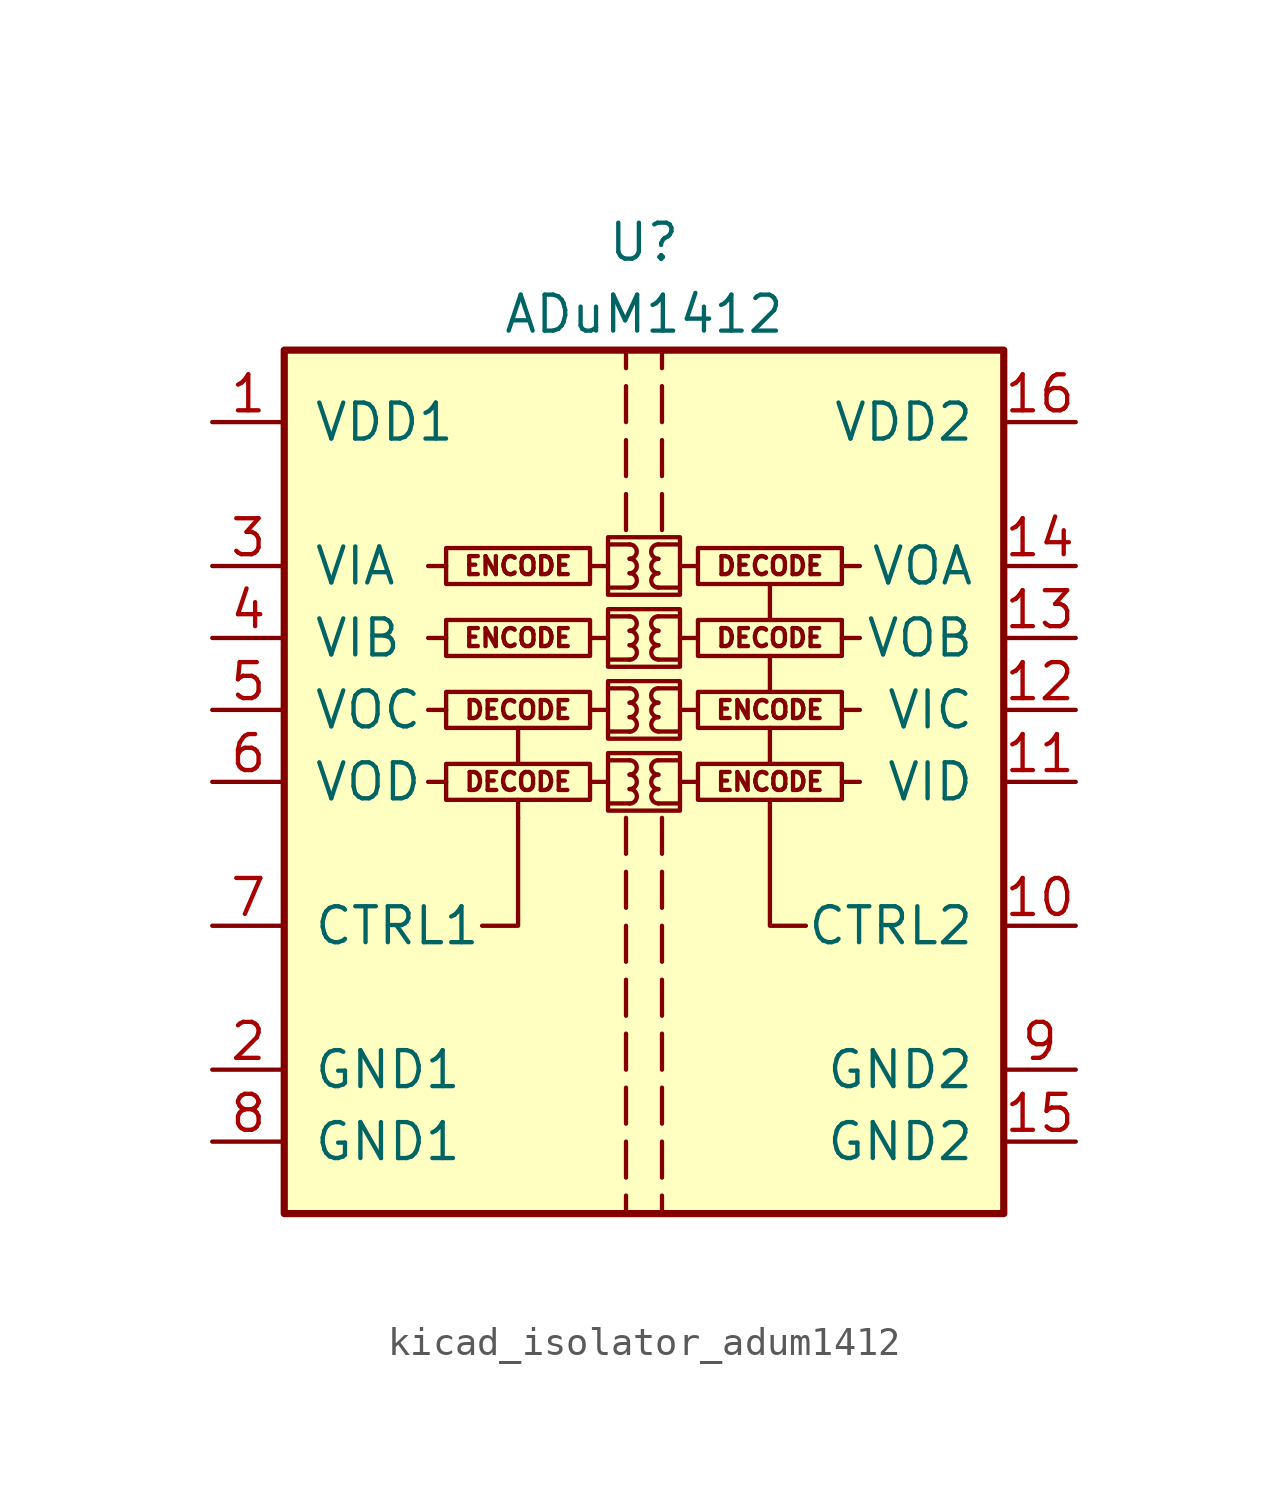
<source format=kicad_sym>
(kicad_symbol_lib
  (version 20220914)
  (generator kicad_symbol_editor)
  (symbol "kicad_isolator_adum1412"
    (pin_names
      (offset 1.016))
    (property "Reference" "U"
      (at 0 19.05 0)
      (effects (font (size 1.27 1.27))))
    (property "Value" "ADuM1412"
      (at 0 16.51 0)
      (effects (font (size 1.27 1.27))))
    (symbol "kicad_isolator_adum1412_0_0"
      (rectangle (start -1.905 0.635) (end -6.985 -0.635) (stroke (width 0) (type default)) (fill (type none)))
      (rectangle (start -1.27 1.016) (end 1.27 -1.016) (stroke (width 0) (type default)) (fill (type none)))
      (rectangle (start -1.27 3.556) (end 1.27 1.524) (stroke (width 0) (type default)) (fill (type none)))
      (rectangle (start -1.27 6.096) (end 1.27 4.064) (stroke (width 0) (type default)) (fill (type none)))
      (rectangle (start -1.27 8.636) (end 1.27 6.604) (stroke (width 0) (type default)) (fill (type none)))
      (arc (start -0.508 -0.762) (mid -0.2551 -0.508) (end -0.508 -0.254) (stroke (width 0) (type default)) (fill (type none)))
      (arc (start -0.508 -0.254) (mid -0.2551 0) (end -0.508 0.254) (stroke (width 0) (type default)) (fill (type none)))
      (arc (start -0.508 0.254) (mid -0.2551 0.508) (end -0.508 0.762) (stroke (width 0) (type default)) (fill (type none)))
      (arc (start -0.508 1.778) (mid -0.2551 2.032) (end -0.508 2.286) (stroke (width 0) (type default)) (fill (type none)))
      (arc (start -0.508 2.286) (mid -0.2551 2.54) (end -0.508 2.794) (stroke (width 0) (type default)) (fill (type none)))
      (arc (start -0.508 2.794) (mid -0.2551 3.048) (end -0.508 3.302) (stroke (width 0) (type default)) (fill (type none)))
      (arc (start -0.508 4.318) (mid -0.2551 4.572) (end -0.508 4.826) (stroke (width 0) (type default)) (fill (type none)))
      (arc (start -0.508 4.826) (mid -0.2551 5.08) (end -0.508 5.334) (stroke (width 0) (type default)) (fill (type none)))
      (arc (start -0.508 5.334) (mid -0.2551 5.588) (end -0.508 5.842) (stroke (width 0) (type default)) (fill (type none)))
      (arc (start -0.508 6.858) (mid -0.2551 7.112) (end -0.508 7.366) (stroke (width 0) (type default)) (fill (type none)))
      (arc (start -0.508 7.366) (mid -0.2551 7.62) (end -0.508 7.874) (stroke (width 0) (type default)) (fill (type none)))
      (arc (start -0.508 7.874) (mid -0.2551 8.128) (end -0.508 8.382) (stroke (width 0) (type default)) (fill (type none)))
      (polyline (pts (xy -6.985 0) (xy -7.62 0)) (stroke (width 0) (type default)) (fill (type none)))
      (polyline (pts (xy -6.985 2.54) (xy -7.62 2.54)) (stroke (width 0) (type default)) (fill (type none)))
      (polyline (pts (xy -6.985 5.08) (xy -7.62 5.08)) (stroke (width 0) (type default)) (fill (type none)))
      (polyline (pts (xy -6.985 7.62) (xy -7.62 7.62)) (stroke (width 0) (type default)) (fill (type none)))
      (polyline (pts (xy -4.445 -1.27) (xy -4.445 -0.635)) (stroke (width 0) (type default)) (fill (type none)))
      (polyline (pts (xy -4.445 0.635) (xy -4.445 1.905)) (stroke (width 0) (type default)) (fill (type none)))
      (polyline (pts (xy -1.905 0) (xy -1.27 0)) (stroke (width 0) (type default)) (fill (type none)))
      (polyline (pts (xy -1.905 2.54) (xy -1.27 2.54)) (stroke (width 0) (type default)) (fill (type none)))
      (polyline (pts (xy -1.905 5.08) (xy -1.27 5.08)) (stroke (width 0) (type default)) (fill (type none)))
      (polyline (pts (xy -1.905 7.62) (xy -1.27 7.62)) (stroke (width 0) (type default)) (fill (type none)))
      (polyline (pts (xy -1.27 -0.762) (xy -0.508 -0.762)) (stroke (width 0) (type default)) (fill (type none)))
      (polyline (pts (xy -1.27 0.762) (xy -0.508 0.762)) (stroke (width 0) (type default)) (fill (type none)))
      (polyline (pts (xy -1.27 1.778) (xy -0.508 1.778)) (stroke (width 0) (type default)) (fill (type none)))
      (polyline (pts (xy -1.27 3.302) (xy -0.508 3.302)) (stroke (width 0) (type default)) (fill (type none)))
      (polyline (pts (xy -1.27 4.318) (xy -0.508 4.318)) (stroke (width 0) (type default)) (fill (type none)))
      (polyline (pts (xy -1.27 5.842) (xy -0.508 5.842)) (stroke (width 0) (type default)) (fill (type none)))
      (polyline (pts (xy -1.27 6.858) (xy -0.508 6.858)) (stroke (width 0) (type default)) (fill (type none)))
      (polyline (pts (xy -1.27 8.382) (xy -0.508 8.382)) (stroke (width 0) (type default)) (fill (type none)))
      (polyline (pts (xy -0.635 -10.795) (xy -0.635 -12.065)) (stroke (width 0) (type default)) (fill (type none)))
      (polyline (pts (xy -0.635 -8.89) (xy -0.635 -10.16)) (stroke (width 0) (type default)) (fill (type none)))
      (polyline (pts (xy -0.635 -6.985) (xy -0.635 -8.255)) (stroke (width 0) (type default)) (fill (type none)))
      (polyline (pts (xy -0.635 -5.08) (xy -0.635 -6.35)) (stroke (width 0) (type default)) (fill (type none)))
      (polyline (pts (xy -0.635 -3.175) (xy -0.635 -4.445)) (stroke (width 0) (type default)) (fill (type none)))
      (polyline (pts (xy -0.635 -1.27) (xy -0.635 -2.54)) (stroke (width 0) (type default)) (fill (type none)))
      (polyline (pts (xy -0.635 8.89) (xy -0.635 10.16)) (stroke (width 0) (type default)) (fill (type none)))
      (polyline (pts (xy -0.635 10.795) (xy -0.635 12.065)) (stroke (width 0) (type default)) (fill (type none)))
      (polyline (pts (xy -0.635 12.7) (xy -0.635 13.97)) (stroke (width 0) (type default)) (fill (type none)))
      (polyline (pts (xy -0.635 15.24) (xy -0.635 14.605)) (stroke (width 0) (type default)) (fill (type none)))
      (polyline (pts (xy 0.635 -10.795) (xy 0.635 -12.065)) (stroke (width 0) (type default)) (fill (type none)))
      (polyline (pts (xy 0.635 -8.89) (xy 0.635 -10.16)) (stroke (width 0) (type default)) (fill (type none)))
      (polyline (pts (xy 0.635 -6.985) (xy 0.635 -8.255)) (stroke (width 0) (type default)) (fill (type none)))
      (polyline (pts (xy 0.635 -5.08) (xy 0.635 -6.35)) (stroke (width 0) (type default)) (fill (type none)))
      (polyline (pts (xy 0.635 -3.175) (xy 0.635 -4.445)) (stroke (width 0) (type default)) (fill (type none)))
      (polyline (pts (xy 0.635 -1.27) (xy 0.635 -2.54)) (stroke (width 0) (type default)) (fill (type none)))
      (polyline (pts (xy 0.635 8.89) (xy 0.635 10.16)) (stroke (width 0) (type default)) (fill (type none)))
      (polyline (pts (xy 0.635 12.065) (xy 0.635 10.795)) (stroke (width 0) (type default)) (fill (type none)))
      (polyline (pts (xy 0.635 13.97) (xy 0.635 12.7)) (stroke (width 0) (type default)) (fill (type none)))
      (polyline (pts (xy 0.635 14.605) (xy 0.635 15.24)) (stroke (width 0) (type default)) (fill (type none)))
      (polyline (pts (xy 1.27 -0.762) (xy 0.508 -0.762)) (stroke (width 0) (type default)) (fill (type none)))
      (polyline (pts (xy 1.27 0.762) (xy 0.508 0.762)) (stroke (width 0) (type default)) (fill (type none)))
      (polyline (pts (xy 1.27 1.778) (xy 0.508 1.778)) (stroke (width 0) (type default)) (fill (type none)))
      (polyline (pts (xy 1.27 3.302) (xy 0.508 3.302)) (stroke (width 0) (type default)) (fill (type none)))
      (polyline (pts (xy 1.27 4.318) (xy 0.508 4.318)) (stroke (width 0) (type default)) (fill (type none)))
      (polyline (pts (xy 1.27 5.842) (xy 0.508 5.842)) (stroke (width 0) (type default)) (fill (type none)))
      (polyline (pts (xy 1.27 6.858) (xy 0.508 6.858)) (stroke (width 0) (type default)) (fill (type none)))
      (polyline (pts (xy 1.27 8.382) (xy 0.508 8.382)) (stroke (width 0) (type default)) (fill (type none)))
      (polyline (pts (xy 1.905 0) (xy 1.27 0)) (stroke (width 0) (type default)) (fill (type none)))
      (polyline (pts (xy 1.905 2.54) (xy 1.27 2.54)) (stroke (width 0) (type default)) (fill (type none)))
      (polyline (pts (xy 1.905 5.08) (xy 1.27 5.08)) (stroke (width 0) (type default)) (fill (type none)))
      (polyline (pts (xy 1.905 7.62) (xy 1.27 7.62)) (stroke (width 0) (type default)) (fill (type none)))
      (polyline (pts (xy 4.445 0.635) (xy 4.445 1.905)) (stroke (width 0) (type default)) (fill (type none)))
      (polyline (pts (xy 4.445 3.175) (xy 4.445 4.445)) (stroke (width 0) (type default)) (fill (type none)))
      (polyline (pts (xy 4.445 5.715) (xy 4.445 6.985)) (stroke (width 0) (type default)) (fill (type none)))
      (polyline (pts (xy 6.985 0) (xy 7.62 0)) (stroke (width 0) (type default)) (fill (type none)))
      (polyline (pts (xy 6.985 2.54) (xy 7.62 2.54)) (stroke (width 0) (type default)) (fill (type none)))
      (polyline (pts (xy 6.985 5.08) (xy 7.62 5.08)) (stroke (width 0) (type default)) (fill (type none)))
      (polyline (pts (xy 6.985 7.62) (xy 7.62 7.62)) (stroke (width 0) (type default)) (fill (type none)))
      (polyline (pts (xy -4.445 -1.27) (xy -4.445 -5.08) (xy -5.715 -5.08)) (stroke (width 0) (type default)) (fill (type none)))
      (polyline (pts (xy 5.715 -5.08) (xy 4.445 -5.08) (xy 4.445 -0.635)) (stroke (width 0) (type default)) (fill (type none)))
      (arc (start 0.508 -0.254) (mid 0.2551 -0.508) (end 0.508 -0.762) (stroke (width 0) (type default)) (fill (type none)))
      (arc (start 0.508 0.254) (mid 0.2551 0) (end 0.508 -0.254) (stroke (width 0) (type default)) (fill (type none)))
      (arc (start 0.508 0.762) (mid 0.2551 0.508) (end 0.508 0.254) (stroke (width 0) (type default)) (fill (type none)))
      (arc (start 0.508 2.286) (mid 0.2551 2.032) (end 0.508 1.778) (stroke (width 0) (type default)) (fill (type none)))
      (arc (start 0.508 2.794) (mid 0.2551 2.54) (end 0.508 2.286) (stroke (width 0) (type default)) (fill (type none)))
      (arc (start 0.508 3.302) (mid 0.2551 3.048) (end 0.508 2.794) (stroke (width 0) (type default)) (fill (type none)))
      (arc (start 0.508 4.826) (mid 0.2551 4.572) (end 0.508 4.318) (stroke (width 0) (type default)) (fill (type none)))
      (arc (start 0.508 5.334) (mid 0.2551 5.08) (end 0.508 4.826) (stroke (width 0) (type default)) (fill (type none)))
      (arc (start 0.508 5.842) (mid 0.2551 5.588) (end 0.508 5.334) (stroke (width 0) (type default)) (fill (type none)))
      (arc (start 0.508 7.366) (mid 0.2551 7.112) (end 0.508 6.858) (stroke (width 0) (type default)) (fill (type none)))
      (arc (start 0.508 7.874) (mid 0.2551 7.62) (end 0.508 7.366) (stroke (width 0) (type default)) (fill (type none)))
      (arc (start 0.508 8.382) (mid 0.2551 8.128) (end 0.508 7.874) (stroke (width 0) (type default)) (fill (type none)))
      (rectangle (start 1.905 0.635) (end 6.985 -0.635) (stroke (width 0) (type default)) (fill (type none)))
      (rectangle (start 1.905 3.175) (end 6.985 1.905) (stroke (width 0) (type default)) (fill (type none)))
      (rectangle (start 1.905 5.715) (end 6.985 4.445) (stroke (width 0) (type default)) (fill (type none)))
      (rectangle (start 1.905 8.255) (end 6.985 6.985) (stroke (width 0) (type default)) (fill (type none)))
      (text "DECODE" (at -4.445 0 0) (effects (font (size 0.635 0.635))))
      (text "DECODE" (at -4.445 2.54 0) (effects (font (size 0.635 0.635))))
      (text "DECODE" (at 4.445 5.08 0) (effects (font (size 0.635 0.635))))
      (text "DECODE" (at 4.445 7.62 0) (effects (font (size 0.635 0.635))))
      (text "ENCODE" (at -4.445 5.08 0) (effects (font (size 0.635 0.635))))
      (text "ENCODE" (at -4.445 7.62 0) (effects (font (size 0.635 0.635))))
      (text "ENCODE" (at 4.445 0 0) (effects (font (size 0.635 0.635))))
      (text "ENCODE" (at 4.445 2.54 0) (effects (font (size 0.635 0.635)))))
    (symbol "kicad_isolator_adum1412_0_1"
      (rectangle (start -12.7 15.24) (end 12.7 -15.24) (stroke (width 0.254) (type default)) (fill (type background)))
      (rectangle (start -1.905 3.175) (end -6.985 1.905) (stroke (width 0) (type default)) (fill (type none)))
      (rectangle (start -1.905 5.715) (end -6.985 4.445) (stroke (width 0) (type default)) (fill (type none)))
      (rectangle (start -1.905 8.255) (end -6.985 6.985) (stroke (width 0) (type default)) (fill (type none)))
      (polyline (pts (xy -0.635 -14.605) (xy -0.635 -15.24)) (stroke (width 0) (type default)) (fill (type none)))
      (polyline (pts (xy -0.635 -12.7) (xy -0.635 -13.97)) (stroke (width 0) (type default)) (fill (type none)))
      (polyline (pts (xy 0.635 -14.605) (xy 0.635 -15.24)) (stroke (width 0) (type default)) (fill (type none)))
      (polyline (pts (xy 0.635 -12.7) (xy 0.635 -13.97)) (stroke (width 0) (type default)) (fill (type none))))
    (symbol "kicad_isolator_adum1412_1_1"
      (pin power_in line (at -15.24 12.7 0) (length 2.54) (name "VDD1" (effects (font (size 1.27 1.27)))) (number "1" (effects (font (size 1.27 1.27)))))
      (pin input line (at 15.24 -5.08 180) (length 2.54) (name "CTRL2" (effects (font (size 1.27 1.27)))) (number "10" (effects (font (size 1.27 1.27)))))
      (pin input line (at 15.24 0 180) (length 2.54) (name "VID" (effects (font (size 1.27 1.27)))) (number "11" (effects (font (size 1.27 1.27)))))
      (pin input line (at 15.24 2.54 180) (length 2.54) (name "VIC" (effects (font (size 1.27 1.27)))) (number "12" (effects (font (size 1.27 1.27)))))
      (pin output line (at 15.24 5.08 180) (length 2.54) (name "VOB" (effects (font (size 1.27 1.27)))) (number "13" (effects (font (size 1.27 1.27)))))
      (pin output line (at 15.24 7.62 180) (length 2.54) (name "VOA" (effects (font (size 1.27 1.27)))) (number "14" (effects (font (size 1.27 1.27)))))
      (pin power_in line (at 15.24 -12.7 180) (length 2.54) (name "GND2" (effects (font (size 1.27 1.27)))) (number "15" (effects (font (size 1.27 1.27)))))
      (pin power_in line (at 15.24 12.7 180) (length 2.54) (name "VDD2" (effects (font (size 1.27 1.27)))) (number "16" (effects (font (size 1.27 1.27)))))
      (pin power_in line (at -15.24 -10.16 0) (length 2.54) (name "GND1" (effects (font (size 1.27 1.27)))) (number "2" (effects (font (size 1.27 1.27)))))
      (pin input line (at -15.24 7.62 0) (length 2.54) (name "VIA" (effects (font (size 1.27 1.27)))) (number "3" (effects (font (size 1.27 1.27)))))
      (pin input line (at -15.24 5.08 0) (length 2.54) (name "VIB" (effects (font (size 1.27 1.27)))) (number "4" (effects (font (size 1.27 1.27)))))
      (pin output line (at -15.24 2.54 0) (length 2.54) (name "VOC" (effects (font (size 1.27 1.27)))) (number "5" (effects (font (size 1.27 1.27)))))
      (pin output line (at -15.24 0 0) (length 2.54) (name "VOD" (effects (font (size 1.27 1.27)))) (number "6" (effects (font (size 1.27 1.27)))))
      (pin input line (at -15.24 -5.08 0) (length 2.54) (name "CTRL1" (effects (font (size 1.27 1.27)))) (number "7" (effects (font (size 1.27 1.27)))))
      (pin power_in line (at -15.24 -12.7 0) (length 2.54) (name "GND1" (effects (font (size 1.27 1.27)))) (number "8" (effects (font (size 1.27 1.27)))))
      (pin power_in line (at 15.24 -10.16 180) (length 2.54) (name "GND2" (effects (font (size 1.27 1.27)))) (number "9" (effects (font (size 1.27 1.27))))))))
</source>
